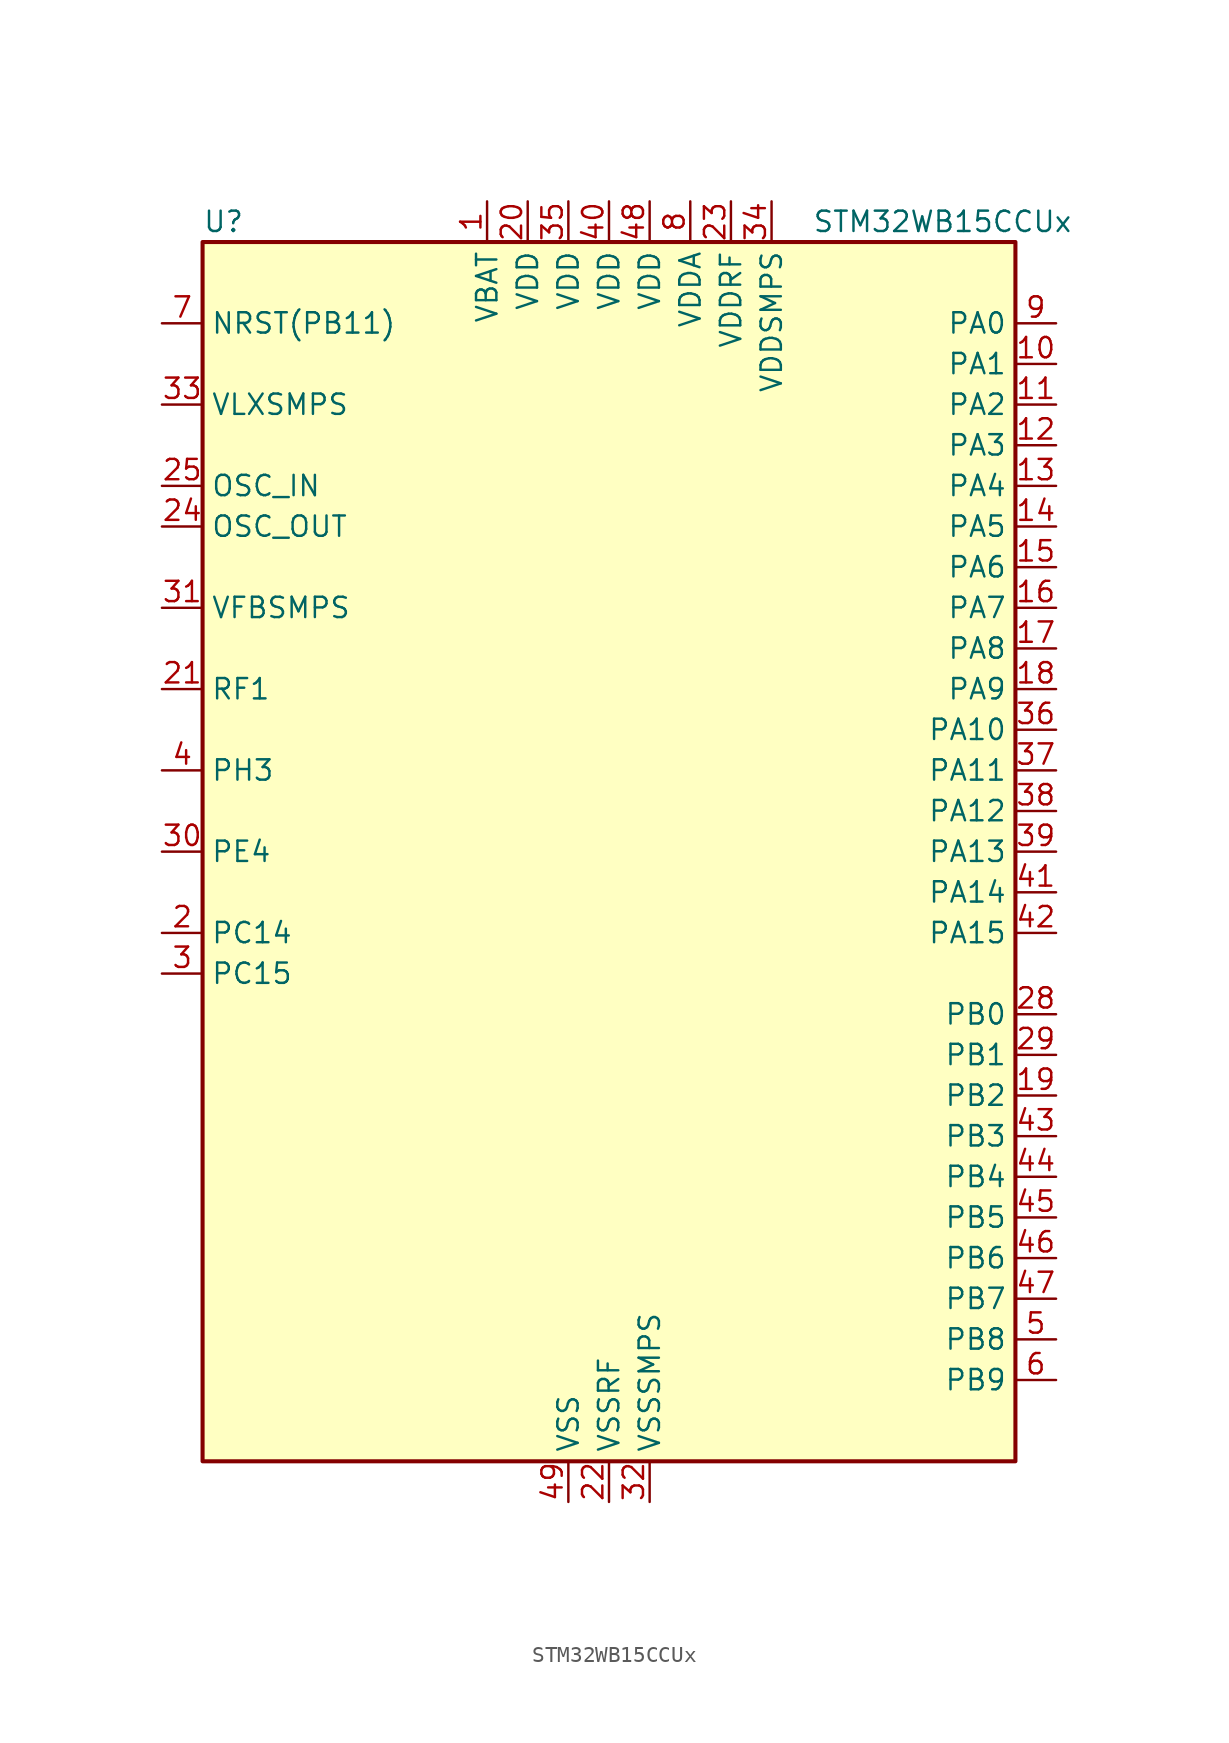
<source format=kicad_sym>
(kicad_symbol_lib
  (version 20231120)
  (generator "kicad-library-utils")
  (generator_version "8.0")
  (symbol "STM32WB15CCUx"
    (property "Reference" "U"
      (at -25.4 39.37 0)
      (effects (font (size 1.27 1.27)) (justify left)))
    (property "Value" "STM32WB15CCUx"
      (at 12.7 39.37 0)
      (effects (font (size 1.27 1.27)) (justify left)))
    (symbol "STM32WB15CCUx_0_1"
      (rectangle (start -25.4 -38.1) (end 25.4 38.1) (stroke (width 0.254) (type default)) (fill (type background))))
    (symbol "STM32WB15CCUx_1_1"
      (pin power_in line (at -7.62 40.64 270) (length 2.54) (name "VBAT" (effects (font (size 1.27 1.27)))) (number "1" (effects (font (size 1.27 1.27)))))
      (pin bidirectional line (at 27.94 30.48 180) (length 2.54) (name "PA1" (effects (font (size 1.27 1.27)))) (number "10" (effects (font (size 1.27 1.27)))) (alternate "ADC1_IN6" bidirectional line) (alternate "COMP1_INP" bidirectional line) (alternate "I2C1_SMBA" bidirectional line) (alternate "SPI1_SCK" bidirectional line) (alternate "TIM2_CH2" bidirectional line))
      (pin bidirectional line (at 27.94 27.94 180) (length 2.54) (name "PA2" (effects (font (size 1.27 1.27)))) (number "11" (effects (font (size 1.27 1.27)))) (alternate "ADC1_IN7" bidirectional line) (alternate "LPUART1_TX" bidirectional line) (alternate "RCC_LSCO" bidirectional line) (alternate "SYS_WKUP4" bidirectional line) (alternate "TIM2_CH3" bidirectional line))
      (pin bidirectional line (at 27.94 25.4 180) (length 2.54) (name "PA3" (effects (font (size 1.27 1.27)))) (number "12" (effects (font (size 1.27 1.27)))) (alternate "ADC1_IN8" bidirectional line) (alternate "LPUART1_RX" bidirectional line) (alternate "TIM2_CH4" bidirectional line))
      (pin bidirectional line (at 27.94 22.86 180) (length 2.54) (name "PA4" (effects (font (size 1.27 1.27)))) (number "13" (effects (font (size 1.27 1.27)))) (alternate "ADC1_IN9" bidirectional line) (alternate "COMP1_INM" bidirectional line) (alternate "LPTIM2_OUT" bidirectional line) (alternate "SPI1_NSS" bidirectional line))
      (pin bidirectional line (at 27.94 20.32 180) (length 2.54) (name "PA5" (effects (font (size 1.27 1.27)))) (number "14" (effects (font (size 1.27 1.27)))) (alternate "ADC1_IN10" bidirectional line) (alternate "COMP1_INM" bidirectional line) (alternate "LPTIM2_ETR" bidirectional line) (alternate "SPI1_MOSI" bidirectional line) (alternate "SPI1_SCK" bidirectional line) (alternate "TIM2_CH1" bidirectional line) (alternate "TIM2_ETR" bidirectional line))
      (pin bidirectional line (at 27.94 17.78 180) (length 2.54) (name "PA6" (effects (font (size 1.27 1.27)))) (number "15" (effects (font (size 1.27 1.27)))) (alternate "ADC1_IN11" bidirectional line) (alternate "LPUART1_CTS" bidirectional line) (alternate "SPI1_MISO" bidirectional line) (alternate "TIM1_BKIN" bidirectional line))
      (pin bidirectional line (at 27.94 15.24 180) (length 2.54) (name "PA7" (effects (font (size 1.27 1.27)))) (number "16" (effects (font (size 1.27 1.27)))) (alternate "ADC1_IN2" bidirectional line) (alternate "SPI1_MOSI" bidirectional line) (alternate "TIM1_CH1N" bidirectional line))
      (pin bidirectional line (at 27.94 12.7 180) (length 2.54) (name "PA8" (effects (font (size 1.27 1.27)))) (number "17" (effects (font (size 1.27 1.27)))) (alternate "ADC1_IN3" bidirectional line) (alternate "LPTIM2_OUT" bidirectional line) (alternate "RCC_MCO" bidirectional line) (alternate "TIM1_CH1" bidirectional line) (alternate "USART1_CK" bidirectional line))
      (pin bidirectional line (at 27.94 10.16 180) (length 2.54) (name "PA9" (effects (font (size 1.27 1.27)))) (number "18" (effects (font (size 1.27 1.27)))) (alternate "ADC1_IN4" bidirectional line) (alternate "COMP1_INM" bidirectional line) (alternate "I2C1_SCL" bidirectional line) (alternate "TIM1_CH2" bidirectional line) (alternate "USART1_TX" bidirectional line))
      (pin bidirectional line (at 27.94 -15.24 180) (length 2.54) (name "PB2" (effects (font (size 1.27 1.27)))) (number "19" (effects (font (size 1.27 1.27)))) (alternate "COMP1_INP" bidirectional line) (alternate "LPTIM1_OUT" bidirectional line) (alternate "RTC_OUT" bidirectional line) (alternate "SPI1_NSS" bidirectional line))
      (pin bidirectional line (at -27.94 -5.08 0) (length 2.54) (name "PC14" (effects (font (size 1.27 1.27)))) (number "2" (effects (font (size 1.27 1.27)))) (alternate "RCC_OSC32_IN" bidirectional line))
      (pin power_in line (at -5.08 40.64 270) (length 2.54) (name "VDD" (effects (font (size 1.27 1.27)))) (number "20" (effects (font (size 1.27 1.27)))))
      (pin bidirectional line (at -27.94 10.16 0) (length 2.54) (name "RF1" (effects (font (size 1.27 1.27)))) (number "21" (effects (font (size 1.27 1.27)))) (alternate "RF_RF1" bidirectional line))
      (pin power_in line (at 0 -40.64 90) (length 2.54) (name "VSSRF" (effects (font (size 1.27 1.27)))) (number "22" (effects (font (size 1.27 1.27)))))
      (pin power_in line (at 7.62 40.64 270) (length 2.54) (name "VDDRF" (effects (font (size 1.27 1.27)))) (number "23" (effects (font (size 1.27 1.27)))))
      (pin input line (at -27.94 20.32 0) (length 2.54) (name "OSC_OUT" (effects (font (size 1.27 1.27)))) (number "24" (effects (font (size 1.27 1.27)))) (alternate "RCC_OSC_OUT" bidirectional line))
      (pin input line (at -27.94 22.86 0) (length 2.54) (name "OSC_IN" (effects (font (size 1.27 1.27)))) (number "25" (effects (font (size 1.27 1.27)))) (alternate "RCC_OSC_IN" bidirectional line))
      (pin no_connect line (at -25.4 -38.1 0) (length 2.54) hide (name "AT0" (effects (font (size 1.27 1.27)))) (number "26" (effects (font (size 1.27 1.27)))))
      (pin no_connect line (at -25.4 -35.56 0) (length 2.54) hide (name "AT1" (effects (font (size 1.27 1.27)))) (number "27" (effects (font (size 1.27 1.27)))))
      (pin bidirectional line (at 27.94 -10.16 180) (length 2.54) (name "PB0" (effects (font (size 1.27 1.27)))) (number "28" (effects (font (size 1.27 1.27)))) (alternate "COMP1_OUT" bidirectional line) (alternate "RF_TX_MOD_EXT_PA" bidirectional line))
      (pin bidirectional line (at 27.94 -12.7 180) (length 2.54) (name "PB1" (effects (font (size 1.27 1.27)))) (number "29" (effects (font (size 1.27 1.27)))) (alternate "LPTIM2_IN1" bidirectional line) (alternate "LPUART1_DE" bidirectional line) (alternate "LPUART1_RTS" bidirectional line))
      (pin bidirectional line (at -27.94 -7.62 0) (length 2.54) (name "PC15" (effects (font (size 1.27 1.27)))) (number "3" (effects (font (size 1.27 1.27)))) (alternate "RCC_OSC32_OUT" bidirectional line))
      (pin bidirectional line (at -27.94 0 0) (length 2.54) (name "PE4" (effects (font (size 1.27 1.27)))) (number "30" (effects (font (size 1.27 1.27)))))
      (pin input line (at -27.94 15.24 0) (length 2.54) (name "VFBSMPS" (effects (font (size 1.27 1.27)))) (number "31" (effects (font (size 1.27 1.27)))))
      (pin power_in line (at 2.54 -40.64 90) (length 2.54) (name "VSSSMPS" (effects (font (size 1.27 1.27)))) (number "32" (effects (font (size 1.27 1.27)))))
      (pin power_in line (at -27.94 27.94 0) (length 2.54) (name "VLXSMPS" (effects (font (size 1.27 1.27)))) (number "33" (effects (font (size 1.27 1.27)))))
      (pin power_in line (at 10.16 40.64 270) (length 2.54) (name "VDDSMPS" (effects (font (size 1.27 1.27)))) (number "34" (effects (font (size 1.27 1.27)))))
      (pin power_in line (at -2.54 40.64 270) (length 2.54) (name "VDD" (effects (font (size 1.27 1.27)))) (number "35" (effects (font (size 1.27 1.27)))))
      (pin bidirectional line (at 27.94 7.62 180) (length 2.54) (name "PA10" (effects (font (size 1.27 1.27)))) (number "36" (effects (font (size 1.27 1.27)))) (alternate "I2C1_SDA" bidirectional line) (alternate "TIM1_CH3" bidirectional line) (alternate "TSC_G7_IO2" bidirectional line) (alternate "USART1_RX" bidirectional line))
      (pin bidirectional line (at 27.94 5.08 180) (length 2.54) (name "PA11" (effects (font (size 1.27 1.27)))) (number "37" (effects (font (size 1.27 1.27)))) (alternate "ADC1_EXTI11" bidirectional line) (alternate "SPI1_MISO" bidirectional line) (alternate "TIM1_BKIN2" bidirectional line) (alternate "TIM1_CH4" bidirectional line) (alternate "USART1_CTS" bidirectional line) (alternate "USART1_NSS" bidirectional line))
      (pin bidirectional line (at 27.94 2.54 180) (length 2.54) (name "PA12" (effects (font (size 1.27 1.27)))) (number "38" (effects (font (size 1.27 1.27)))) (alternate "LPUART1_RX" bidirectional line) (alternate "SPI1_MOSI" bidirectional line) (alternate "TIM1_ETR" bidirectional line) (alternate "USART1_DE" bidirectional line) (alternate "USART1_RTS" bidirectional line))
      (pin bidirectional line (at 27.94 0 180) (length 2.54) (name "PA13" (effects (font (size 1.27 1.27)))) (number "39" (effects (font (size 1.27 1.27)))) (alternate "SPI1_MOSI" bidirectional line) (alternate "SYS_JTMS-SWDIO" bidirectional line) (alternate "TSC_G7_IO1" bidirectional line))
      (pin bidirectional line (at -27.94 5.08 0) (length 2.54) (name "PH3" (effects (font (size 1.27 1.27)))) (number "4" (effects (font (size 1.27 1.27)))) (alternate "RCC_LSCO" bidirectional line))
      (pin power_in line (at 0 40.64 270) (length 2.54) (name "VDD" (effects (font (size 1.27 1.27)))) (number "40" (effects (font (size 1.27 1.27)))))
      (pin bidirectional line (at 27.94 -2.54 180) (length 2.54) (name "PA14" (effects (font (size 1.27 1.27)))) (number "41" (effects (font (size 1.27 1.27)))) (alternate "I2C1_SMBA" bidirectional line) (alternate "LPTIM1_OUT" bidirectional line) (alternate "SPI1_NSS" bidirectional line) (alternate "SYS_JTCK-SWCLK" bidirectional line))
      (pin bidirectional line (at 27.94 -5.08 180) (length 2.54) (name "PA15" (effects (font (size 1.27 1.27)))) (number "42" (effects (font (size 1.27 1.27)))) (alternate "RCC_MCO" bidirectional line) (alternate "SPI1_NSS" bidirectional line) (alternate "SYS_JTDI" bidirectional line) (alternate "TIM2_CH1" bidirectional line) (alternate "TIM2_ETR" bidirectional line))
      (pin bidirectional line (at 27.94 -17.78 180) (length 2.54) (name "PB3" (effects (font (size 1.27 1.27)))) (number "43" (effects (font (size 1.27 1.27)))) (alternate "SPI1_SCK" bidirectional line) (alternate "SYS_JTDO-SWO" bidirectional line) (alternate "TIM2_CH2" bidirectional line) (alternate "USART1_DE" bidirectional line) (alternate "USART1_RTS" bidirectional line))
      (pin bidirectional line (at 27.94 -20.32 180) (length 2.54) (name "PB4" (effects (font (size 1.27 1.27)))) (number "44" (effects (font (size 1.27 1.27)))) (alternate "SPI1_MISO" bidirectional line) (alternate "SYS_JTRST" bidirectional line) (alternate "TSC_G2_IO1" bidirectional line) (alternate "USART1_CTS" bidirectional line) (alternate "USART1_NSS" bidirectional line))
      (pin bidirectional line (at 27.94 -22.86 180) (length 2.54) (name "PB5" (effects (font (size 1.27 1.27)))) (number "45" (effects (font (size 1.27 1.27)))) (alternate "I2C1_SMBA" bidirectional line) (alternate "LPTIM1_IN1" bidirectional line) (alternate "LPUART1_TX" bidirectional line) (alternate "SPI1_MOSI" bidirectional line) (alternate "TSC_G2_IO2" bidirectional line) (alternate "USART1_CK" bidirectional line))
      (pin bidirectional line (at 27.94 -25.4 180) (length 2.54) (name "PB6" (effects (font (size 1.27 1.27)))) (number "46" (effects (font (size 1.27 1.27)))) (alternate "I2C1_SCL" bidirectional line) (alternate "LPTIM1_ETR" bidirectional line) (alternate "RCC_MCO" bidirectional line) (alternate "SPI1_NSS" bidirectional line) (alternate "TSC_G2_IO3" bidirectional line) (alternate "USART1_TX" bidirectional line))
      (pin bidirectional line (at 27.94 -27.94 180) (length 2.54) (name "PB7" (effects (font (size 1.27 1.27)))) (number "47" (effects (font (size 1.27 1.27)))) (alternate "I2C1_SDA" bidirectional line) (alternate "LPTIM1_IN2" bidirectional line) (alternate "SYS_PVD_IN" bidirectional line) (alternate "TIM1_BKIN" bidirectional line) (alternate "TIM1_CH3" bidirectional line) (alternate "TSC_G2_IO4" bidirectional line) (alternate "USART1_RX" bidirectional line))
      (pin power_in line (at 2.54 40.64 270) (length 2.54) (name "VDD" (effects (font (size 1.27 1.27)))) (number "48" (effects (font (size 1.27 1.27)))))
      (pin power_in line (at -2.54 -40.64 90) (length 2.54) (name "VSS" (effects (font (size 1.27 1.27)))) (number "49" (effects (font (size 1.27 1.27)))))
      (pin bidirectional line (at 27.94 -30.48 180) (length 2.54) (name "PB8" (effects (font (size 1.27 1.27)))) (number "5" (effects (font (size 1.27 1.27)))) (alternate "I2C1_SCL" bidirectional line) (alternate "TIM1_CH2N" bidirectional line) (alternate "TSC_G7_IO3" bidirectional line))
      (pin bidirectional line (at 27.94 -33.02 180) (length 2.54) (name "PB9" (effects (font (size 1.27 1.27)))) (number "6" (effects (font (size 1.27 1.27)))) (alternate "I2C1_SDA" bidirectional line) (alternate "TIM1_CH3N" bidirectional line) (alternate "TSC_G7_IO4" bidirectional line))
      (pin input line (at -27.94 33.02 0) (length 2.54) (name "NRST(PB11)" (effects (font (size 1.27 1.27)))) (number "7" (effects (font (size 1.27 1.27)))))
      (pin power_in line (at 5.08 40.64 270) (length 2.54) (name "VDDA" (effects (font (size 1.27 1.27)))) (number "8" (effects (font (size 1.27 1.27)))))
      (pin bidirectional line (at 27.94 33.02 180) (length 2.54) (name "PA0" (effects (font (size 1.27 1.27)))) (number "9" (effects (font (size 1.27 1.27)))) (alternate "ADC1_IN5" bidirectional line) (alternate "COMP1_INM" bidirectional line) (alternate "COMP1_OUT" bidirectional line) (alternate "RTC_TAMP2" bidirectional line) (alternate "SYS_WKUP1" bidirectional line) (alternate "TIM2_CH1" bidirectional line) (alternate "TIM2_ETR" bidirectional line)))))
</source>
